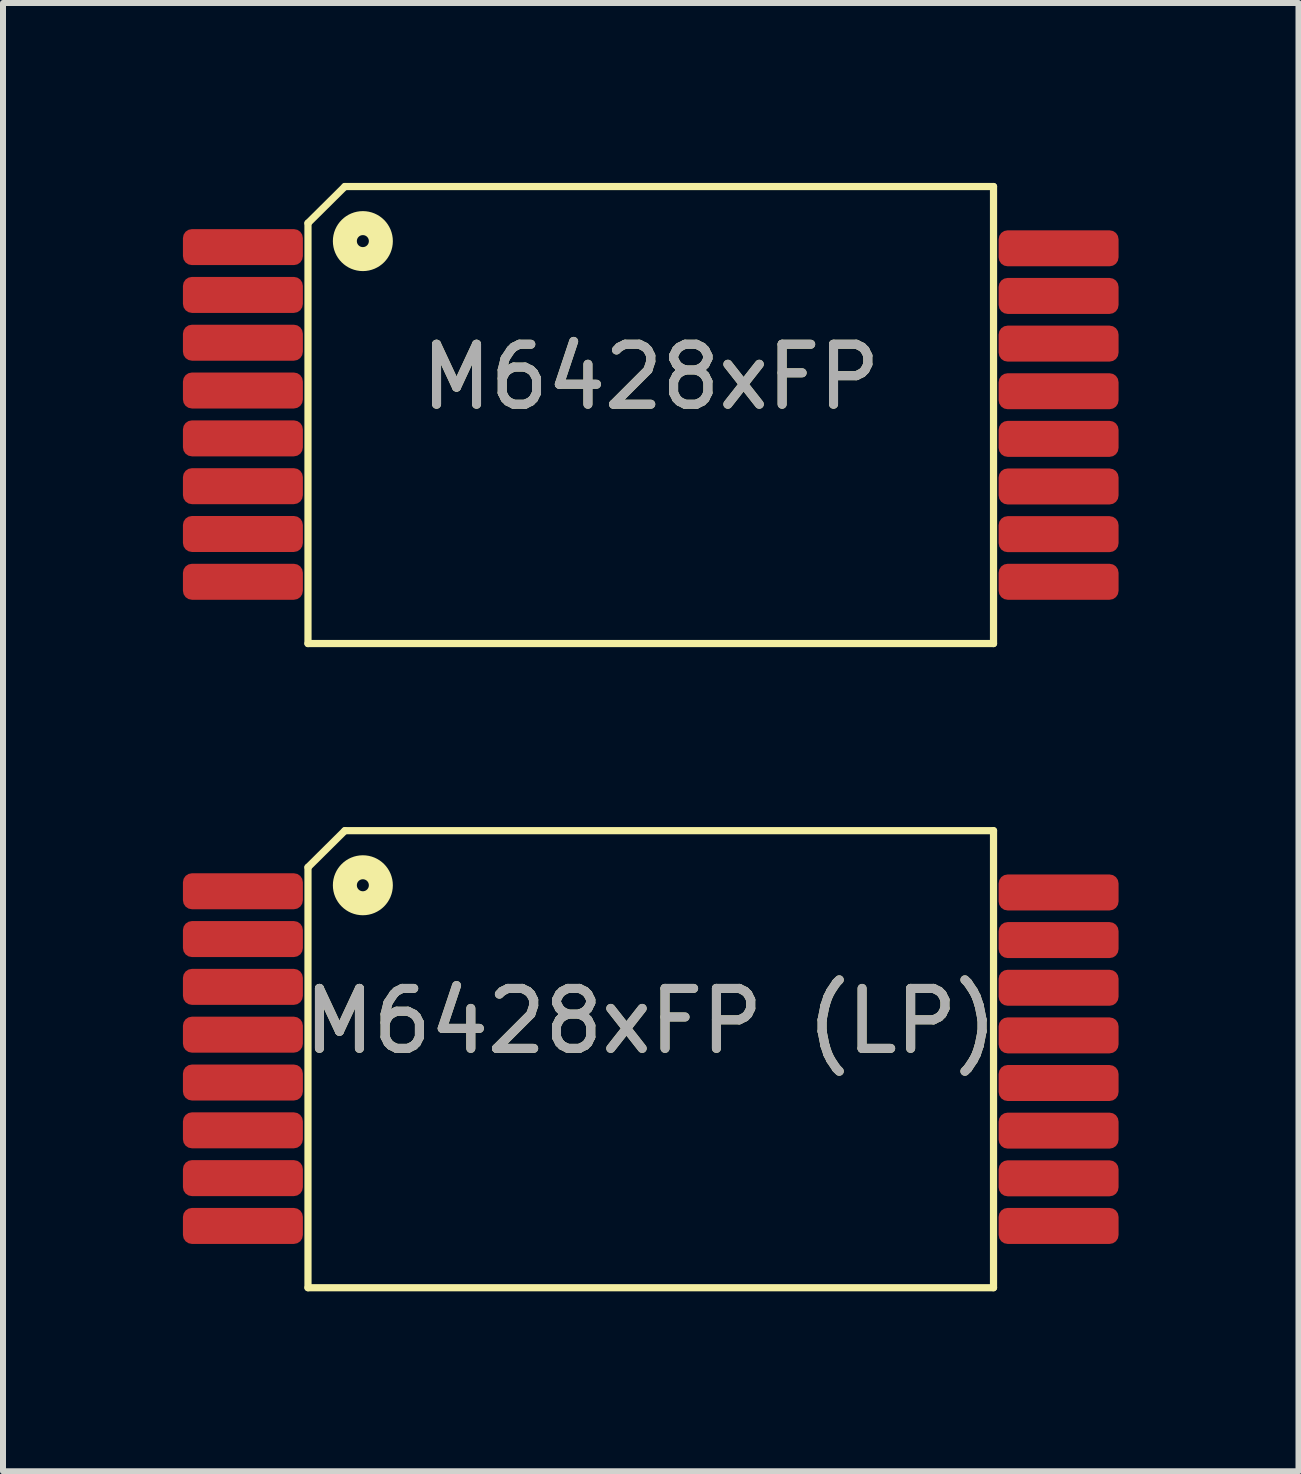
<source format=kicad_pcb>
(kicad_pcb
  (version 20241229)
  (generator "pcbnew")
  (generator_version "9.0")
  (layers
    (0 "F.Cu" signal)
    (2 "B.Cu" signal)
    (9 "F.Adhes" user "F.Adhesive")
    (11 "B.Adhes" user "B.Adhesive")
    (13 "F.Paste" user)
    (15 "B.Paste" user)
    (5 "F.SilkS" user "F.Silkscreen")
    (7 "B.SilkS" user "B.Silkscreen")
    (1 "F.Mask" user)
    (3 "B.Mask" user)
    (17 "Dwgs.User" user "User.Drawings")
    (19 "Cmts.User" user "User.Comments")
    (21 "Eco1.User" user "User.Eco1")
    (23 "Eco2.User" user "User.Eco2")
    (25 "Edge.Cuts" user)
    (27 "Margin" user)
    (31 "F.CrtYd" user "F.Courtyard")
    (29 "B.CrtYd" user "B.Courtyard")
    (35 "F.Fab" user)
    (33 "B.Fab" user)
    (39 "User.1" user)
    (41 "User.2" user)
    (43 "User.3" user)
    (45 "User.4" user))
  (footprint "M6428xFP (LP)"
    (layer "F.Cu")
    (at 7.8 14.61)
    (property "Reference" "M6428xFP (LP)" (at 0 -0.635 0) (unlocked yes) (layer "F.SilkS") (effects (font (size 1 1) (thickness 0.15))))
    (attr smd)
    (fp_line (start -5.715 -3.2) (end -5.715 3.81) (stroke (width 0.12) (type solid)) (layer "F.SilkS"))
    (fp_line (start -5.715 3.81) (end 5.715 3.81) (stroke (width 0.12) (type solid)) (layer "F.SilkS"))
    (fp_line (start -5.1 -3.81) (end -5.715 -3.2) (stroke (width 0.12) (type solid)) (layer "F.SilkS"))
    (fp_line (start 5.715 -3.81) (end -5.1 -3.81) (stroke (width 0.12) (type solid)) (layer "F.SilkS"))
    (fp_line (start 5.715 3.81) (end 5.715 -3.81) (stroke (width 0.12) (type solid)) (layer "F.SilkS"))
    (fp_circle (center -4.8 -2.9) (end -4.7 -2.9) (stroke (width 0.4) (type solid)) (fill no) (layer "F.SilkS"))
    (fp_text user "${REFERENCE}" (at 0 -0.635 0) (unlocked yes) (layer "F.Fab") (effects (font (size 1 1) (thickness 0.15))))
    (pad "" smd roundrect (at -6.8 -2.8) (size 1.8 0.5) (layers "F.Mask" "F.Paste") (roundrect_rratio 0.25))
    (pad "" smd roundrect (at -6.8 -2.003) (size 1.8 0.5) (layers "F.Mask" "F.Paste") (roundrect_rratio 0.25))
    (pad "" smd roundrect (at -6.8 -1.206) (size 1.8 0.5) (layers "F.Mask" "F.Paste") (roundrect_rratio 0.25))
    (pad "" smd roundrect (at -6.8 -0.409) (size 1.8 0.5) (layers "F.Mask" "F.Paste") (roundrect_rratio 0.25))
    (pad "" smd roundrect (at -6.8 0.389) (size 1.8 0.5) (layers "F.Mask" "F.Paste") (roundrect_rratio 0.25))
    (pad "" smd roundrect (at -6.8 1.186) (size 1.8 0.5) (layers "F.Mask" "F.Paste") (roundrect_rratio 0.25))
    (pad "" smd roundrect (at -6.8 1.983) (size 1.8 0.5) (layers "F.Mask" "F.Paste") (roundrect_rratio 0.25))
    (pad "" smd roundrect (at -6.8 2.78) (size 1.8 0.5) (layers "F.Mask" "F.Paste") (roundrect_rratio 0.25))
    (pad "" smd roundrect (at 6.8 -2.78) (size 1.8 0.5) (layers "F.Mask" "F.Paste") (roundrect_rratio 0.25))
    (pad "" smd roundrect (at 6.8 -1.986) (size 1.8 0.5) (layers "F.Mask" "F.Paste") (roundrect_rratio 0.25))
    (pad "" smd roundrect (at 6.8 -1.191) (size 1.8 0.5) (layers "F.Mask" "F.Paste") (roundrect_rratio 0.25))
    (pad "" smd roundrect (at 6.8 -0.397) (size 1.8 0.5) (layers "F.Mask" "F.Paste") (roundrect_rratio 0.25))
    (pad "" smd roundrect (at 6.8 0.397) (size 1.8 0.5) (layers "F.Mask" "F.Paste") (roundrect_rratio 0.25))
    (pad "" smd roundrect (at 6.8 1.191) (size 1.8 0.5) (layers "F.Mask" "F.Paste") (roundrect_rratio 0.25))
    (pad "" smd roundrect (at 6.8 1.986) (size 1.8 0.5) (layers "F.Mask" "F.Paste") (roundrect_rratio 0.25))
    (pad "" smd roundrect (at 6.8 2.78) (size 1.8 0.5) (layers "F.Mask" "F.Paste") (roundrect_rratio 0.25))
    (pad "1" smd roundrect (at -6.8 -2.8) (size 2 0.6) (layers "F.Cu" "F.Paste") (roundrect_rratio 0.25))
    (pad "2" smd roundrect (at -6.8 -2.003) (size 2 0.6) (layers "F.Cu" "F.Paste") (roundrect_rratio 0.25))
    (pad "3" smd roundrect (at -6.8 -1.206) (size 2 0.6) (layers "F.Cu" "F.Paste") (roundrect_rratio 0.25))
    (pad "4" smd roundrect (at -6.8 -0.409) (size 2 0.6) (layers "F.Cu" "F.Paste") (roundrect_rratio 0.25))
    (pad "5" smd roundrect (at -6.8 0.389) (size 2 0.6) (layers "F.Cu" "F.Paste") (roundrect_rratio 0.25))
    (pad "6" smd roundrect (at -6.8 1.186) (size 2 0.6) (layers "F.Cu" "F.Paste") (roundrect_rratio 0.25))
    (pad "7" smd roundrect (at -6.8 1.983) (size 2 0.6) (layers "F.Cu" "F.Paste") (roundrect_rratio 0.25))
    (pad "8" smd roundrect (at -6.8 2.78) (size 2 0.6) (layers "F.Cu" "F.Paste") (roundrect_rratio 0.25))
    (pad "9" smd roundrect (at 6.8 2.78) (size 2 0.6) (layers "F.Cu" "F.Paste") (roundrect_rratio 0.25))
    (pad "10" smd roundrect (at 6.8 1.986) (size 2 0.6) (layers "F.Cu" "F.Paste") (roundrect_rratio 0.25))
    (pad "11" smd roundrect (at 6.8 1.191) (size 2 0.6) (layers "F.Cu" "F.Paste") (roundrect_rratio 0.25))
    (pad "12" smd roundrect (at 6.8 0.397) (size 2 0.6) (layers "F.Cu" "F.Paste") (roundrect_rratio 0.25))
    (pad "13" smd roundrect (at 6.8 -0.397) (size 2 0.6) (layers "F.Cu" "F.Paste") (roundrect_rratio 0.25))
    (pad "14" smd roundrect (at 6.8 -1.191) (size 2 0.6) (layers "F.Cu" "F.Paste") (roundrect_rratio 0.25))
    (pad "15" smd roundrect (at 6.8 -1.986) (size 2 0.6) (layers "F.Cu" "F.Paste") (roundrect_rratio 0.25))
    (pad "16" smd roundrect (at 6.8 -2.78) (size 2 0.6) (layers "F.Cu" "F.Paste") (roundrect_rratio 0.25)))
  (footprint "M6428xFP"
    (layer "F.Cu")
    (at 7.8 3.87)
    (property "Reference" "M6428xFP" (at 0 -0.635 0) (unlocked yes) (layer "F.SilkS") (effects (font (size 1 1) (thickness 0.15))))
    (attr smd)
    (fp_line (start -5.715 -3.2) (end -5.715 3.81) (stroke (width 0.12) (type solid)) (layer "F.SilkS"))
    (fp_line (start -5.715 3.81) (end 5.715 3.81) (stroke (width 0.12) (type solid)) (layer "F.SilkS"))
    (fp_line (start -5.1 -3.81) (end -5.715 -3.2) (stroke (width 0.12) (type solid)) (layer "F.SilkS"))
    (fp_line (start 5.715 -3.81) (end -5.1 -3.81) (stroke (width 0.12) (type solid)) (layer "F.SilkS"))
    (fp_line (start 5.715 3.81) (end 5.715 -3.81) (stroke (width 0.12) (type solid)) (layer "F.SilkS"))
    (fp_circle (center -4.8 -2.9) (end -4.7 -2.9) (stroke (width 0.4) (type solid)) (fill no) (layer "F.SilkS"))
    (fp_text user "${REFERENCE}" (at 0 -0.635 0) (unlocked yes) (layer "F.Fab") (effects (font (size 1 1) (thickness 0.15))))
    (pad "1" smd roundrect (at -6.8 -2.8) (size 2 0.6) (layers "F.Cu" "F.Mask" "F.Paste") (roundrect_rratio 0.25))
    (pad "2" smd roundrect (at -6.8 -2.003) (size 2 0.6) (layers "F.Cu" "F.Mask" "F.Paste") (roundrect_rratio 0.25))
    (pad "3" smd roundrect (at -6.8 -1.206) (size 2 0.6) (layers "F.Cu" "F.Mask" "F.Paste") (roundrect_rratio 0.25))
    (pad "4" smd roundrect (at -6.8 -0.409) (size 2 0.6) (layers "F.Cu" "F.Mask" "F.Paste") (roundrect_rratio 0.25))
    (pad "5" smd roundrect (at -6.8 0.389) (size 2 0.6) (layers "F.Cu" "F.Mask" "F.Paste") (roundrect_rratio 0.25))
    (pad "6" smd roundrect (at -6.8 1.186) (size 2 0.6) (layers "F.Cu" "F.Mask" "F.Paste") (roundrect_rratio 0.25))
    (pad "7" smd roundrect (at -6.8 1.983) (size 2 0.6) (layers "F.Cu" "F.Mask" "F.Paste") (roundrect_rratio 0.25))
    (pad "8" smd roundrect (at -6.8 2.78) (size 2 0.6) (layers "F.Cu" "F.Mask" "F.Paste") (roundrect_rratio 0.25))
    (pad "9" smd roundrect (at 6.8 2.78) (size 2 0.6) (layers "F.Cu" "F.Mask" "F.Paste") (roundrect_rratio 0.25))
    (pad "10" smd roundrect (at 6.8 1.986) (size 2 0.6) (layers "F.Cu" "F.Mask" "F.Paste") (roundrect_rratio 0.25))
    (pad "11" smd roundrect (at 6.8 1.191) (size 2 0.6) (layers "F.Cu" "F.Mask" "F.Paste") (roundrect_rratio 0.25))
    (pad "12" smd roundrect (at 6.8 0.397) (size 2 0.6) (layers "F.Cu" "F.Mask" "F.Paste") (roundrect_rratio 0.25))
    (pad "13" smd roundrect (at 6.8 -0.397) (size 2 0.6) (layers "F.Cu" "F.Mask" "F.Paste") (roundrect_rratio 0.25))
    (pad "14" smd roundrect (at 6.8 -1.191) (size 2 0.6) (layers "F.Cu" "F.Mask" "F.Paste") (roundrect_rratio 0.25))
    (pad "15" smd roundrect (at 6.8 -1.986) (size 2 0.6) (layers "F.Cu" "F.Mask" "F.Paste") (roundrect_rratio 0.25))
    (pad "16" smd roundrect (at 6.8 -2.78) (size 2 0.6) (layers "F.Cu" "F.Mask" "F.Paste") (roundrect_rratio 0.25)))
  (gr_rect
    (start -3 -3)
    (end 18.6 21.48)
    (stroke (width 0.1) (type default))
    (fill no)
    (layer "Edge.Cuts")))
</source>
